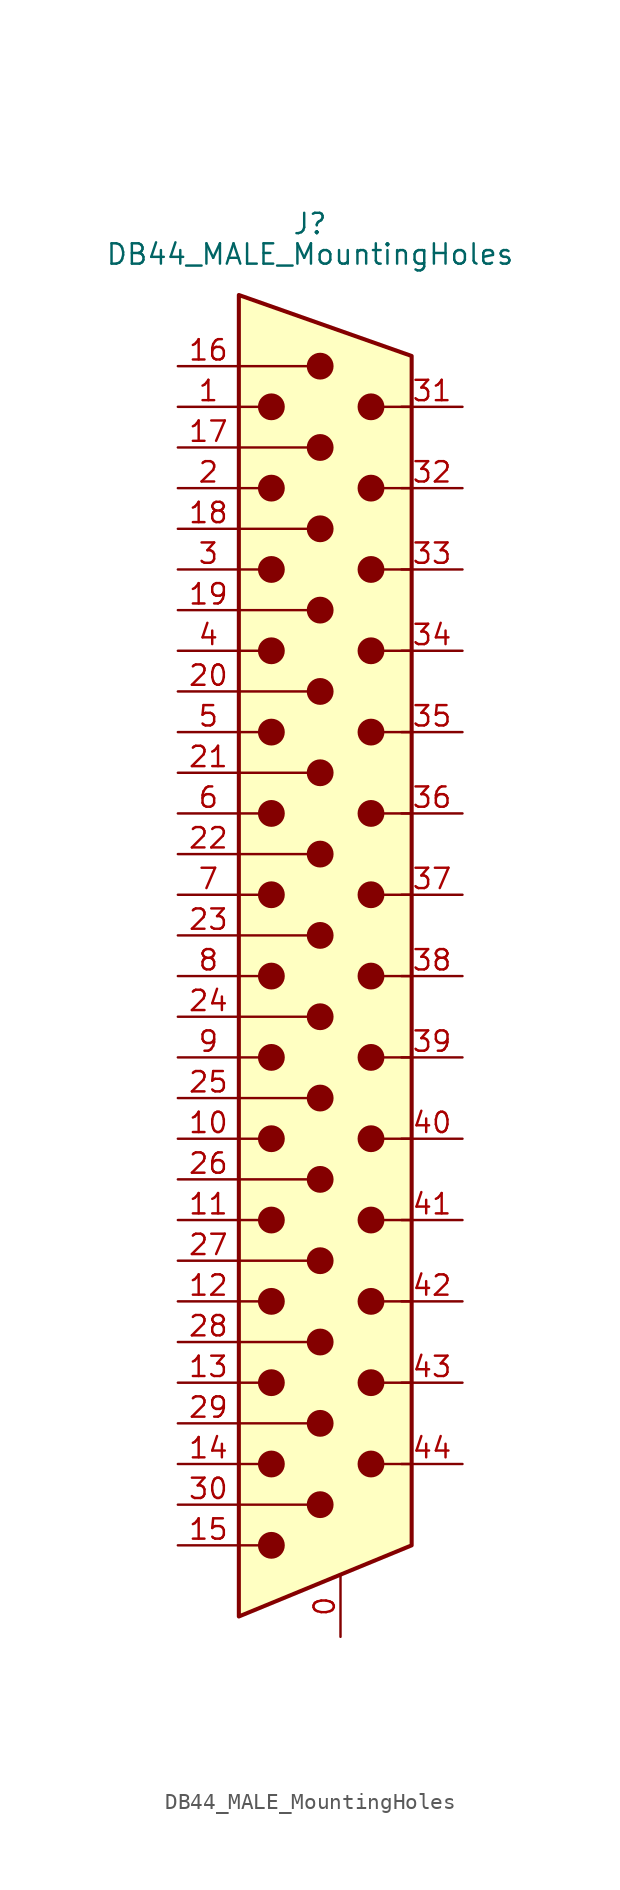
<source format=kicad_sym>
(kicad_symbol_lib
  (version 20211014)
  (generator kicad_symbol_editor)
  (symbol "DB44_MALE_MountingHoles"
    (pin_names
      (offset 1.016) hide)
    (property "Reference" "J"
      (at 0.635 41.91 0)
      (effects (font (size 1.27 1.27))))
    (property "Value" "DB44_MALE_MountingHoles"
      (at 0.635 40.005 0)
      (effects (font (size 1.27 1.27))))
    (symbol "DB44_MALE_MountingHoles_0_1"
      (circle (center -1.778 -40.64) (radius 0.762) (stroke (width 0) (type default) (color 0 0 0 0)) (fill (type outline)))
      (circle (center -1.778 -35.56) (radius 0.762) (stroke (width 0) (type default) (color 0 0 0 0)) (fill (type outline)))
      (circle (center -1.778 -30.48) (radius 0.762) (stroke (width 0) (type default) (color 0 0 0 0)) (fill (type outline)))
      (circle (center -1.778 -25.4) (radius 0.762) (stroke (width 0) (type default) (color 0 0 0 0)) (fill (type outline)))
      (circle (center -1.778 -20.32) (radius 0.762) (stroke (width 0) (type default) (color 0 0 0 0)) (fill (type outline)))
      (circle (center -1.778 -15.24) (radius 0.762) (stroke (width 0) (type default) (color 0 0 0 0)) (fill (type outline)))
      (circle (center -1.778 -10.16) (radius 0.762) (stroke (width 0) (type default) (color 0 0 0 0)) (fill (type outline)))
      (circle (center -1.778 -5.08) (radius 0.762) (stroke (width 0) (type default) (color 0 0 0 0)) (fill (type outline)))
      (circle (center -1.778 0) (radius 0.762) (stroke (width 0) (type default) (color 0 0 0 0)) (fill (type outline)))
      (circle (center -1.778 5.08) (radius 0.762) (stroke (width 0) (type default) (color 0 0 0 0)) (fill (type outline)))
      (circle (center -1.778 10.16) (radius 0.762) (stroke (width 0) (type default) (color 0 0 0 0)) (fill (type outline)))
      (circle (center -1.778 15.24) (radius 0.762) (stroke (width 0) (type default) (color 0 0 0 0)) (fill (type outline)))
      (circle (center -1.778 20.32) (radius 0.762) (stroke (width 0) (type default) (color 0 0 0 0)) (fill (type outline)))
      (circle (center -1.778 25.4) (radius 0.762) (stroke (width 0) (type default) (color 0 0 0 0)) (fill (type outline)))
      (circle (center -1.778 30.48) (radius 0.762) (stroke (width 0) (type default) (color 0 0 0 0)) (fill (type outline)))
      (polyline (pts (xy -3.81 -40.64) (xy -2.54 -40.64)) (stroke (width 0) (type default) (color 0 0 0 0)) (fill (type none)))
      (polyline (pts (xy -3.81 -38.1) (xy 0.508 -38.1)) (stroke (width 0) (type default) (color 0 0 0 0)) (fill (type none)))
      (polyline (pts (xy -3.81 -35.56) (xy -2.54 -35.56)) (stroke (width 0) (type default) (color 0 0 0 0)) (fill (type none)))
      (polyline (pts (xy -3.81 -33.02) (xy 0.508 -33.02)) (stroke (width 0) (type default) (color 0 0 0 0)) (fill (type none)))
      (polyline (pts (xy -3.81 -30.48) (xy -2.54 -30.48)) (stroke (width 0) (type default) (color 0 0 0 0)) (fill (type none)))
      (polyline (pts (xy -3.81 -27.94) (xy 0.508 -27.94)) (stroke (width 0) (type default) (color 0 0 0 0)) (fill (type none)))
      (polyline (pts (xy -3.81 -25.4) (xy -2.54 -25.4)) (stroke (width 0) (type default) (color 0 0 0 0)) (fill (type none)))
      (polyline (pts (xy -3.81 -22.86) (xy 0.508 -22.86)) (stroke (width 0) (type default) (color 0 0 0 0)) (fill (type none)))
      (polyline (pts (xy -3.81 -20.32) (xy -2.54 -20.32)) (stroke (width 0) (type default) (color 0 0 0 0)) (fill (type none)))
      (polyline (pts (xy -3.81 -17.78) (xy 0.508 -17.78)) (stroke (width 0) (type default) (color 0 0 0 0)) (fill (type none)))
      (polyline (pts (xy -3.81 -15.24) (xy -2.54 -15.24)) (stroke (width 0) (type default) (color 0 0 0 0)) (fill (type none)))
      (polyline (pts (xy -3.81 -12.7) (xy 0.508 -12.7)) (stroke (width 0) (type default) (color 0 0 0 0)) (fill (type none)))
      (polyline (pts (xy -3.81 -10.16) (xy -2.54 -10.16)) (stroke (width 0) (type default) (color 0 0 0 0)) (fill (type none)))
      (polyline (pts (xy -3.81 -7.62) (xy 0.508 -7.62)) (stroke (width 0) (type default) (color 0 0 0 0)) (fill (type none)))
      (polyline (pts (xy -3.81 -5.08) (xy -2.54 -5.08)) (stroke (width 0) (type default) (color 0 0 0 0)) (fill (type none)))
      (polyline (pts (xy -3.81 -2.54) (xy 0.508 -2.54)) (stroke (width 0) (type default) (color 0 0 0 0)) (fill (type none)))
      (polyline (pts (xy -3.81 0) (xy -2.54 0)) (stroke (width 0) (type default) (color 0 0 0 0)) (fill (type none)))
      (polyline (pts (xy -3.81 2.54) (xy 0.508 2.54)) (stroke (width 0) (type default) (color 0 0 0 0)) (fill (type none)))
      (polyline (pts (xy -3.81 5.08) (xy -2.54 5.08)) (stroke (width 0) (type default) (color 0 0 0 0)) (fill (type none)))
      (polyline (pts (xy -3.81 7.62) (xy 0.508 7.62)) (stroke (width 0) (type default) (color 0 0 0 0)) (fill (type none)))
      (polyline (pts (xy -3.81 10.16) (xy -2.54 10.16)) (stroke (width 0) (type default) (color 0 0 0 0)) (fill (type none)))
      (polyline (pts (xy -3.81 12.7) (xy 0.508 12.7)) (stroke (width 0) (type default) (color 0 0 0 0)) (fill (type none)))
      (polyline (pts (xy -3.81 15.24) (xy -2.54 15.24)) (stroke (width 0) (type default) (color 0 0 0 0)) (fill (type none)))
      (polyline (pts (xy -3.81 17.78) (xy 0.508 17.78)) (stroke (width 0) (type default) (color 0 0 0 0)) (fill (type none)))
      (polyline (pts (xy -3.81 20.32) (xy -2.54 20.32)) (stroke (width 0) (type default) (color 0 0 0 0)) (fill (type none)))
      (polyline (pts (xy -3.81 22.86) (xy 0.508 22.86)) (stroke (width 0) (type default) (color 0 0 0 0)) (fill (type none)))
      (polyline (pts (xy -3.81 25.4) (xy -2.54 25.4)) (stroke (width 0) (type default) (color 0 0 0 0)) (fill (type none)))
      (polyline (pts (xy -3.81 27.94) (xy 0.508 27.94)) (stroke (width 0) (type default) (color 0 0 0 0)) (fill (type none)))
      (polyline (pts (xy -3.81 30.48) (xy -2.54 30.48)) (stroke (width 0) (type default) (color 0 0 0 0)) (fill (type none)))
      (polyline (pts (xy -3.81 33.02) (xy 0.508 33.02)) (stroke (width 0) (type default) (color 0 0 0 0)) (fill (type none)))
      (polyline (pts (xy 4.445 30.48) (xy 6.985 30.48)) (stroke (width 0) (type default) (color 0 0 0 0)) (fill (type none)))
      (polyline (pts (xy 6.985 -35.56) (xy 4.445 -35.56)) (stroke (width 0) (type default) (color 0 0 0 0)) (fill (type none)))
      (polyline (pts (xy 6.985 -30.48) (xy 4.445 -30.48)) (stroke (width 0) (type default) (color 0 0 0 0)) (fill (type none)))
      (polyline (pts (xy 6.985 -25.4) (xy 4.445 -25.4)) (stroke (width 0) (type default) (color 0 0 0 0)) (fill (type none)))
      (polyline (pts (xy 6.985 -20.32) (xy 4.445 -20.32)) (stroke (width 0) (type default) (color 0 0 0 0)) (fill (type none)))
      (polyline (pts (xy 6.985 -15.24) (xy 4.445 -15.24)) (stroke (width 0) (type default) (color 0 0 0 0)) (fill (type none)))
      (polyline (pts (xy 6.985 -10.16) (xy 4.445 -10.16)) (stroke (width 0) (type default) (color 0 0 0 0)) (fill (type none)))
      (polyline (pts (xy 6.985 -5.08) (xy 4.445 -5.08)) (stroke (width 0) (type default) (color 0 0 0 0)) (fill (type none)))
      (polyline (pts (xy 6.985 0) (xy 4.445 0)) (stroke (width 0) (type default) (color 0 0 0 0)) (fill (type none)))
      (polyline (pts (xy 6.985 5.08) (xy 4.445 5.08)) (stroke (width 0) (type default) (color 0 0 0 0)) (fill (type none)))
      (polyline (pts (xy 6.985 10.16) (xy 4.445 10.16)) (stroke (width 0) (type default) (color 0 0 0 0)) (fill (type none)))
      (polyline (pts (xy 6.985 15.24) (xy 4.445 15.24)) (stroke (width 0) (type default) (color 0 0 0 0)) (fill (type none)))
      (polyline (pts (xy 6.985 20.32) (xy 4.445 20.32)) (stroke (width 0) (type default) (color 0 0 0 0)) (fill (type none)))
      (polyline (pts (xy 6.985 25.4) (xy 4.445 25.4)) (stroke (width 0) (type default) (color 0 0 0 0)) (fill (type none)))
      (polyline (pts (xy -3.81 37.465) (xy 6.985 33.655) (xy 6.985 -40.64) (xy -3.81 -45.085) (xy -3.81 37.465)) (stroke (width 0.254) (type default) (color 0 0 0 0)) (fill (type background)))
      (circle (center 1.27 -38.1) (radius 0.762) (stroke (width 0) (type default) (color 0 0 0 0)) (fill (type outline)))
      (circle (center 1.27 -33.02) (radius 0.762) (stroke (width 0) (type default) (color 0 0 0 0)) (fill (type outline)))
      (circle (center 1.27 -27.94) (radius 0.762) (stroke (width 0) (type default) (color 0 0 0 0)) (fill (type outline)))
      (circle (center 1.27 -22.86) (radius 0.762) (stroke (width 0) (type default) (color 0 0 0 0)) (fill (type outline)))
      (circle (center 1.27 -17.78) (radius 0.762) (stroke (width 0) (type default) (color 0 0 0 0)) (fill (type outline)))
      (circle (center 1.27 -12.7) (radius 0.762) (stroke (width 0) (type default) (color 0 0 0 0)) (fill (type outline)))
      (circle (center 1.27 -7.62) (radius 0.762) (stroke (width 0) (type default) (color 0 0 0 0)) (fill (type outline)))
      (circle (center 1.27 -2.54) (radius 0.762) (stroke (width 0) (type default) (color 0 0 0 0)) (fill (type outline)))
      (circle (center 1.27 2.54) (radius 0.762) (stroke (width 0) (type default) (color 0 0 0 0)) (fill (type outline)))
      (circle (center 1.27 7.62) (radius 0.762) (stroke (width 0) (type default) (color 0 0 0 0)) (fill (type outline)))
      (circle (center 1.27 12.7) (radius 0.762) (stroke (width 0) (type default) (color 0 0 0 0)) (fill (type outline)))
      (circle (center 1.27 17.78) (radius 0.762) (stroke (width 0) (type default) (color 0 0 0 0)) (fill (type outline)))
      (circle (center 1.27 22.86) (radius 0.762) (stroke (width 0) (type default) (color 0 0 0 0)) (fill (type outline)))
      (circle (center 1.27 27.94) (radius 0.762) (stroke (width 0) (type default) (color 0 0 0 0)) (fill (type outline)))
      (circle (center 1.27 33.02) (radius 0.762) (stroke (width 0) (type default) (color 0 0 0 0)) (fill (type outline)))
      (circle (center 4.445 -35.56) (radius 0.762) (stroke (width 0) (type default) (color 0 0 0 0)) (fill (type outline)))
      (circle (center 4.445 -30.48) (radius 0.762) (stroke (width 0) (type default) (color 0 0 0 0)) (fill (type outline)))
      (circle (center 4.445 -25.4) (radius 0.762) (stroke (width 0) (type default) (color 0 0 0 0)) (fill (type outline)))
      (circle (center 4.445 -20.32) (radius 0.762) (stroke (width 0) (type default) (color 0 0 0 0)) (fill (type outline)))
      (circle (center 4.445 -15.24) (radius 0.762) (stroke (width 0) (type default) (color 0 0 0 0)) (fill (type outline)))
      (circle (center 4.445 -10.16) (radius 0.762) (stroke (width 0) (type default) (color 0 0 0 0)) (fill (type outline)))
      (circle (center 4.445 -5.08) (radius 0.762) (stroke (width 0) (type default) (color 0 0 0 0)) (fill (type outline)))
      (circle (center 4.445 0) (radius 0.762) (stroke (width 0) (type default) (color 0 0 0 0)) (fill (type outline)))
      (circle (center 4.445 5.08) (radius 0.762) (stroke (width 0) (type default) (color 0 0 0 0)) (fill (type outline)))
      (circle (center 4.445 10.16) (radius 0.762) (stroke (width 0) (type default) (color 0 0 0 0)) (fill (type outline)))
      (circle (center 4.445 15.24) (radius 0.762) (stroke (width 0) (type default) (color 0 0 0 0)) (fill (type outline)))
      (circle (center 4.445 20.32) (radius 0.762) (stroke (width 0) (type default) (color 0 0 0 0)) (fill (type outline)))
      (circle (center 4.445 25.4) (radius 0.762) (stroke (width 0) (type default) (color 0 0 0 0)) (fill (type outline)))
      (circle (center 4.445 30.48) (radius 0.762) (stroke (width 0) (type default) (color 0 0 0 0)) (fill (type outline))))
    (symbol "DB44_MALE_MountingHoles_1_1"
      (pin passive line (at 2.54 -46.355 90) (length 3.81) (name "PAD" (effects (font (size 1.27 1.27)))) (number "0" (effects (font (size 1.27 1.27)))))
      (pin passive line (at -7.62 30.48 0) (length 3.81) (name "~" (effects (font (size 1.27 1.27)))) (number "1" (effects (font (size 1.27 1.27)))))
      (pin passive line (at -7.62 -15.24 0) (length 3.81) (name "~" (effects (font (size 1.27 1.27)))) (number "10" (effects (font (size 1.27 1.27)))))
      (pin passive line (at -7.62 -20.32 0) (length 3.81) (name "~" (effects (font (size 1.27 1.27)))) (number "11" (effects (font (size 1.27 1.27)))))
      (pin passive line (at -7.62 -25.4 0) (length 3.81) (name "~" (effects (font (size 1.27 1.27)))) (number "12" (effects (font (size 1.27 1.27)))))
      (pin passive line (at -7.62 -30.48 0) (length 3.81) (name "~" (effects (font (size 1.27 1.27)))) (number "13" (effects (font (size 1.27 1.27)))))
      (pin passive line (at -7.62 -35.56 0) (length 3.81) (name "~" (effects (font (size 1.27 1.27)))) (number "14" (effects (font (size 1.27 1.27)))))
      (pin passive line (at -7.62 -40.64 0) (length 3.81) (name "~" (effects (font (size 1.27 1.27)))) (number "15" (effects (font (size 1.27 1.27)))))
      (pin passive line (at -7.62 33.02 0) (length 3.81) (name "~" (effects (font (size 1.27 1.27)))) (number "16" (effects (font (size 1.27 1.27)))))
      (pin passive line (at -7.62 27.94 0) (length 3.81) (name "~" (effects (font (size 1.27 1.27)))) (number "17" (effects (font (size 1.27 1.27)))))
      (pin passive line (at -7.62 22.86 0) (length 3.81) (name "~" (effects (font (size 1.27 1.27)))) (number "18" (effects (font (size 1.27 1.27)))))
      (pin passive line (at -7.62 17.78 0) (length 3.81) (name "~" (effects (font (size 1.27 1.27)))) (number "19" (effects (font (size 1.27 1.27)))))
      (pin passive line (at -7.62 25.4 0) (length 3.81) (name "~" (effects (font (size 1.27 1.27)))) (number "2" (effects (font (size 1.27 1.27)))))
      (pin passive line (at -7.62 12.7 0) (length 3.81) (name "~" (effects (font (size 1.27 1.27)))) (number "20" (effects (font (size 1.27 1.27)))))
      (pin passive line (at -7.62 7.62 0) (length 3.81) (name "~" (effects (font (size 1.27 1.27)))) (number "21" (effects (font (size 1.27 1.27)))))
      (pin passive line (at -7.62 2.54 0) (length 3.81) (name "~" (effects (font (size 1.27 1.27)))) (number "22" (effects (font (size 1.27 1.27)))))
      (pin passive line (at -7.62 -2.54 0) (length 3.81) (name "~" (effects (font (size 1.27 1.27)))) (number "23" (effects (font (size 1.27 1.27)))))
      (pin passive line (at -7.62 -7.62 0) (length 3.81) (name "~" (effects (font (size 1.27 1.27)))) (number "24" (effects (font (size 1.27 1.27)))))
      (pin passive line (at -7.62 -12.7 0) (length 3.81) (name "~" (effects (font (size 1.27 1.27)))) (number "25" (effects (font (size 1.27 1.27)))))
      (pin passive line (at -7.62 -17.78 0) (length 3.81) (name "~" (effects (font (size 1.27 1.27)))) (number "26" (effects (font (size 1.27 1.27)))))
      (pin passive line (at -7.62 -22.86 0) (length 3.81) (name "~" (effects (font (size 1.27 1.27)))) (number "27" (effects (font (size 1.27 1.27)))))
      (pin passive line (at -7.62 -27.94 0) (length 3.81) (name "~" (effects (font (size 1.27 1.27)))) (number "28" (effects (font (size 1.27 1.27)))))
      (pin passive line (at -7.62 -33.02 0) (length 3.81) (name "~" (effects (font (size 1.27 1.27)))) (number "29" (effects (font (size 1.27 1.27)))))
      (pin passive line (at -7.62 20.32 0) (length 3.81) (name "~" (effects (font (size 1.27 1.27)))) (number "3" (effects (font (size 1.27 1.27)))))
      (pin passive line (at -7.62 -38.1 0) (length 3.81) (name "~" (effects (font (size 1.27 1.27)))) (number "30" (effects (font (size 1.27 1.27)))))
      (pin passive line (at 10.16 30.48 180) (length 3.81) (name "~" (effects (font (size 1.27 1.27)))) (number "31" (effects (font (size 1.27 1.27)))))
      (pin passive line (at 10.16 25.4 180) (length 3.81) (name "~" (effects (font (size 1.27 1.27)))) (number "32" (effects (font (size 1.27 1.27)))))
      (pin passive line (at 10.16 20.32 180) (length 3.81) (name "~" (effects (font (size 1.27 1.27)))) (number "33" (effects (font (size 1.27 1.27)))))
      (pin passive line (at 10.16 15.24 180) (length 3.81) (name "~" (effects (font (size 1.27 1.27)))) (number "34" (effects (font (size 1.27 1.27)))))
      (pin passive line (at 10.16 10.16 180) (length 3.81) (name "~" (effects (font (size 1.27 1.27)))) (number "35" (effects (font (size 1.27 1.27)))))
      (pin passive line (at 10.16 5.08 180) (length 3.81) (name "~" (effects (font (size 1.27 1.27)))) (number "36" (effects (font (size 1.27 1.27)))))
      (pin passive line (at 10.16 0 180) (length 3.81) (name "~" (effects (font (size 1.27 1.27)))) (number "37" (effects (font (size 1.27 1.27)))))
      (pin passive line (at 10.16 -5.08 180) (length 3.81) (name "~" (effects (font (size 1.27 1.27)))) (number "38" (effects (font (size 1.27 1.27)))))
      (pin passive line (at 10.16 -10.16 180) (length 3.81) (name "~" (effects (font (size 1.27 1.27)))) (number "39" (effects (font (size 1.27 1.27)))))
      (pin passive line (at -7.62 15.24 0) (length 3.81) (name "~" (effects (font (size 1.27 1.27)))) (number "4" (effects (font (size 1.27 1.27)))))
      (pin passive line (at 10.16 -15.24 180) (length 3.81) (name "~" (effects (font (size 1.27 1.27)))) (number "40" (effects (font (size 1.27 1.27)))))
      (pin passive line (at 10.16 -20.32 180) (length 3.81) (name "~" (effects (font (size 1.27 1.27)))) (number "41" (effects (font (size 1.27 1.27)))))
      (pin passive line (at 10.16 -25.4 180) (length 3.81) (name "~" (effects (font (size 1.27 1.27)))) (number "42" (effects (font (size 1.27 1.27)))))
      (pin passive line (at 10.16 -30.48 180) (length 3.81) (name "~" (effects (font (size 1.27 1.27)))) (number "43" (effects (font (size 1.27 1.27)))))
      (pin passive line (at 10.16 -35.56 180) (length 3.81) (name "~" (effects (font (size 1.27 1.27)))) (number "44" (effects (font (size 1.27 1.27)))))
      (pin passive line (at -7.62 10.16 0) (length 3.81) (name "~" (effects (font (size 1.27 1.27)))) (number "5" (effects (font (size 1.27 1.27)))))
      (pin passive line (at -7.62 5.08 0) (length 3.81) (name "~" (effects (font (size 1.27 1.27)))) (number "6" (effects (font (size 1.27 1.27)))))
      (pin passive line (at -7.62 0 0) (length 3.81) (name "~" (effects (font (size 1.27 1.27)))) (number "7" (effects (font (size 1.27 1.27)))))
      (pin passive line (at -7.62 -5.08 0) (length 3.81) (name "~" (effects (font (size 1.27 1.27)))) (number "8" (effects (font (size 1.27 1.27)))))
      (pin passive line (at -7.62 -10.16 0) (length 3.81) (name "~" (effects (font (size 1.27 1.27)))) (number "9" (effects (font (size 1.27 1.27))))))))
</source>
